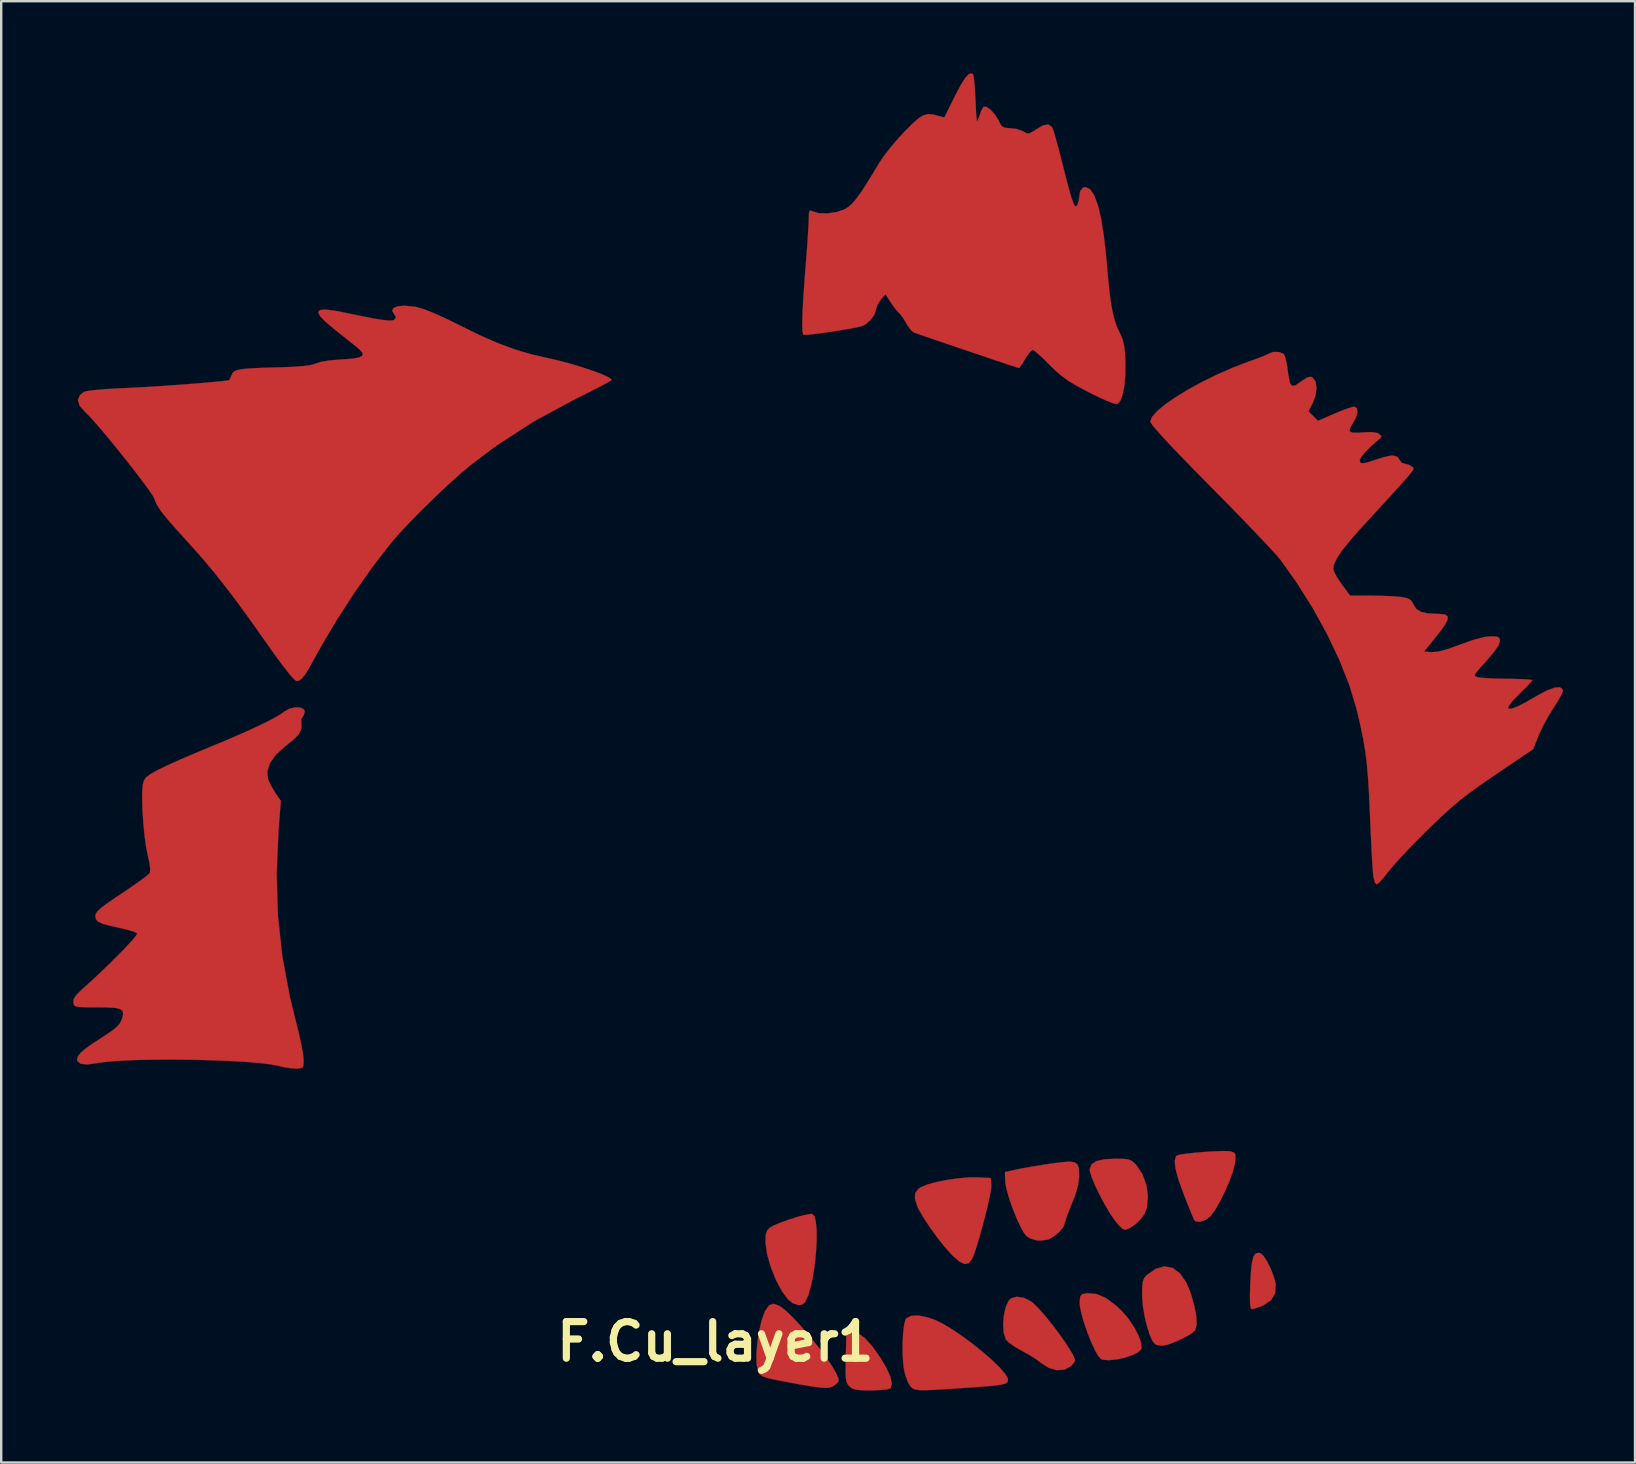
<source format=kicad_pcb>
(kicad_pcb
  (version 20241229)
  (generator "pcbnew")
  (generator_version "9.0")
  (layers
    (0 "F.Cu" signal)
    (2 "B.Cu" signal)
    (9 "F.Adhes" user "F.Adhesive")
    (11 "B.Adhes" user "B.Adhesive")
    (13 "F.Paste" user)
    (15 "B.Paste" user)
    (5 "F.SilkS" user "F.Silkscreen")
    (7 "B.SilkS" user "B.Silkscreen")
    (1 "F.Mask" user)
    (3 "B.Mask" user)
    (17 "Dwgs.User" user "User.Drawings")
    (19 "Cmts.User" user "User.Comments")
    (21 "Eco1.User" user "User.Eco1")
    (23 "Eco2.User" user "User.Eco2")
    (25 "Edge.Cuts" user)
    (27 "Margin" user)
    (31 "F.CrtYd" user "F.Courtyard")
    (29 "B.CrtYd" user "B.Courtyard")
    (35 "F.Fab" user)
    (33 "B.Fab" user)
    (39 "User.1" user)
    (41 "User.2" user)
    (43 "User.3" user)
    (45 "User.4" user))
  (footprint "F.Cu_layer1"
    (layer "F.Cu")
    (at 26.746 52.836)
    (property "Reference" "F.Cu_layer1" (at 0 0 0) (layer "F.SilkS") (effects (font (size 1.524 1.524) (thickness 0.3))))
    (attr through_hole)
    (fp_poly (pts (xy 22.716 -3.678) (xy 22.841 -3.564) (xy 22.989 -3.334) (xy 23.136 -3.037) (xy 23.259 -2.72) (xy 23.336 -2.431) (xy 23.343 -2.388) (xy 23.323 -2.021) (xy 23.155 -1.733) (xy 22.835 -1.517) (xy 22.769 -1.489) (xy 22.538 -1.405) (xy 22.369 -1.358) (xy 22.339 -1.355) (xy 22.298 -1.417) (xy 22.276 -1.613) (xy 22.272 -1.953) (xy 22.285 -2.418) (xy 22.315 -2.944) (xy 22.359 -3.318) (xy 22.424 -3.557) (xy 22.517 -3.678) (xy 22.642 -3.699) (xy 22.716 -3.678)) (stroke (width 0.01) (type solid)) (fill yes) (layer "F.Cu"))
    (fp_poly (pts (xy 5.938 -0.356) (xy 6.229 -0.149) (xy 6.557 0.219) (xy 6.87 0.662) (xy 7.135 1.109) (xy 7.297 1.479) (xy 7.354 1.758) (xy 7.301 1.931) (xy 7.271 1.955) (xy 7.136 1.99) (xy 6.88 2.016) (xy 6.552 2.03) (xy 6.456 2.031) (xy 6.093 2.025) (xy 5.856 2.001) (xy 5.702 1.949) (xy 5.588 1.862) (xy 5.585 1.86) (xy 5.513 1.774) (xy 5.465 1.665) (xy 5.439 1.5) (xy 5.429 1.248) (xy 5.433 0.874) (xy 5.437 0.654) (xy 5.461 -0.381) (xy 5.682 -0.407) (xy 5.938 -0.356)) (stroke (width 0.01) (type solid)) (fill yes) (layer "F.Cu"))
    (fp_poly (pts (xy 15.886 -1.983) (xy 16.273 -1.815) (xy 16.69 -1.503) (xy 16.946 -1.26) (xy 17.21 -0.952) (xy 17.442 -0.606) (xy 17.624 -0.262) (xy 17.734 0.043) (xy 17.755 0.27) (xy 17.745 0.307) (xy 17.619 0.438) (xy 17.371 0.562) (xy 17.05 0.668) (xy 16.705 0.742) (xy 16.383 0.774) (xy 16.132 0.75) (xy 16.073 0.728) (xy 15.956 0.603) (xy 15.812 0.351) (xy 15.656 0.011) (xy 15.501 -0.38) (xy 15.362 -0.784) (xy 15.253 -1.162) (xy 15.189 -1.477) (xy 15.178 -1.651) (xy 15.201 -1.869) (xy 15.27 -1.971) (xy 15.432 -2.008) (xy 15.513 -2.016) (xy 15.886 -1.983)) (stroke (width 0.01) (type solid)) (fill yes) (layer "F.Cu"))
    (fp_poly (pts (xy 16.994 -7.614) (xy 17.205 -7.589) (xy 17.349 -7.528) (xy 17.478 -7.416) (xy 17.527 -7.365) (xy 17.788 -6.983) (xy 17.957 -6.524) (xy 18.022 -6.041) (xy 17.976 -5.585) (xy 17.886 -5.336) (xy 17.726 -5.109) (xy 17.499 -4.891) (xy 17.259 -4.726) (xy 17.058 -4.657) (xy 17.049 -4.657) (xy 16.94 -4.72) (xy 16.777 -4.885) (xy 16.637 -5.059) (xy 16.425 -5.373) (xy 16.205 -5.746) (xy 15.996 -6.141) (xy 15.813 -6.523) (xy 15.677 -6.855) (xy 15.603 -7.101) (xy 15.596 -7.19) (xy 15.679 -7.388) (xy 15.882 -7.522) (xy 16.221 -7.597) (xy 16.667 -7.619) (xy 16.994 -7.614)) (stroke (width 0.01) (type solid)) (fill yes) (layer "F.Cu"))
    (fp_poly (pts (xy 4.13 -5.22) (xy 4.188 -4.985) (xy 4.218 -4.641) (xy 4.219 -4.219) (xy 4.196 -3.748) (xy 4.147 -3.255) (xy 4.077 -2.772) (xy 3.985 -2.326) (xy 3.875 -1.947) (xy 3.844 -1.866) (xy 3.735 -1.643) (xy 3.616 -1.544) (xy 3.478 -1.524) (xy 3.232 -1.598) (xy 3.031 -1.757) (xy 2.768 -2.113) (xy 2.521 -2.583) (xy 2.311 -3.109) (xy 2.161 -3.637) (xy 2.092 -4.111) (xy 2.09 -4.169) (xy 2.104 -4.456) (xy 2.166 -4.635) (xy 2.265 -4.741) (xy 2.435 -4.838) (xy 2.712 -4.955) (xy 3.05 -5.076) (xy 3.401 -5.188) (xy 3.718 -5.273) (xy 3.955 -5.318) (xy 4.04 -5.319) (xy 4.13 -5.22)) (stroke (width 0.01) (type solid)) (fill yes) (layer "F.Cu"))
    (fp_poly (pts (xy 19.047 -3.07) (xy 19.351 -2.848) (xy 19.614 -2.47) (xy 19.801 -2.024) (xy 19.95 -1.505) (xy 20.034 -1.058) (xy 20.048 -0.708) (xy 19.991 -0.481) (xy 19.972 -0.454) (xy 19.809 -0.323) (xy 19.541 -0.17) (xy 19.225 -0.02) (xy 18.919 0.1) (xy 18.679 0.164) (xy 18.627 0.168) (xy 18.423 0.143) (xy 18.315 0.103) (xy 18.203 -0.042) (xy 18.085 -0.315) (xy 17.974 -0.676) (xy 17.878 -1.083) (xy 17.811 -1.496) (xy 17.781 -1.875) (xy 17.78 -1.926) (xy 17.786 -2.275) (xy 17.81 -2.499) (xy 17.863 -2.644) (xy 17.955 -2.754) (xy 17.971 -2.769) (xy 18.348 -3.034) (xy 18.71 -3.133) (xy 19.047 -3.07)) (stroke (width 0.01) (type solid)) (fill yes) (layer "F.Cu"))
    (fp_poly (pts (xy 11.472 -6.816) (xy 11.5 -6.527) (xy 11.486 -6.352) (xy 11.431 -6.05) (xy 11.344 -5.659) (xy 11.235 -5.213) (xy 11.113 -4.748) (xy 10.987 -4.3) (xy 10.866 -3.906) (xy 10.761 -3.6) (xy 10.697 -3.45) (xy 10.56 -3.273) (xy 10.389 -3.233) (xy 10.17 -3.335) (xy 9.887 -3.582) (xy 9.822 -3.649) (xy 9.536 -3.972) (xy 9.228 -4.364) (xy 8.928 -4.779) (xy 8.667 -5.176) (xy 8.475 -5.509) (xy 8.421 -5.625) (xy 8.316 -5.947) (xy 8.323 -6.176) (xy 8.449 -6.349) (xy 8.565 -6.431) (xy 8.824 -6.541) (xy 9.204 -6.646) (xy 9.658 -6.737) (xy 10.137 -6.804) (xy 10.594 -6.841) (xy 10.922 -6.842) (xy 11.472 -6.816)) (stroke (width 0.01) (type solid)) (fill yes) (layer "F.Cu"))
    (fp_poly (pts (xy 12.86 -1.823) (xy 13.162 -1.668) (xy 13.246 -1.601) (xy 13.472 -1.377) (xy 13.739 -1.074) (xy 14.024 -0.72) (xy 14.307 -0.346) (xy 14.566 0.019) (xy 14.78 0.347) (xy 14.927 0.607) (xy 14.986 0.771) (xy 14.986 0.778) (xy 14.932 0.882) (xy 14.817 1.016) (xy 14.559 1.163) (xy 14.236 1.188) (xy 13.896 1.095) (xy 13.631 0.926) (xy 13.402 0.756) (xy 13.088 0.558) (xy 12.767 0.379) (xy 12.476 0.212) (xy 12.24 0.045) (xy 12.106 -0.088) (xy 12.1 -0.098) (xy 12.016 -0.37) (xy 11.992 -0.716) (xy 12.021 -1.087) (xy 12.096 -1.429) (xy 12.212 -1.691) (xy 12.311 -1.798) (xy 12.558 -1.87) (xy 12.86 -1.823)) (stroke (width 0.01) (type solid)) (fill yes) (layer "F.Cu"))
    (fp_poly (pts (xy 21.354 -7.936) (xy 21.464 -7.924) (xy 21.6 -7.879) (xy 21.662 -7.803) (xy 21.668 -7.646) (xy 21.646 -7.434) (xy 21.575 -7.131) (xy 21.435 -6.736) (xy 21.248 -6.299) (xy 21.038 -5.871) (xy 20.828 -5.502) (xy 20.641 -5.242) (xy 20.629 -5.228) (xy 20.433 -5.079) (xy 20.214 -4.999) (xy 20.029 -5.002) (xy 19.953 -5.059) (xy 19.909 -5.158) (xy 19.816 -5.382) (xy 19.688 -5.699) (xy 19.538 -6.077) (xy 19.525 -6.11) (xy 19.306 -6.711) (xy 19.177 -7.181) (xy 19.137 -7.517) (xy 19.188 -7.716) (xy 19.226 -7.751) (xy 19.363 -7.79) (xy 19.626 -7.829) (xy 19.974 -7.867) (xy 20.363 -7.9) (xy 20.751 -7.925) (xy 21.096 -7.938) (xy 21.354 -7.936)) (stroke (width 0.01) (type solid)) (fill yes) (layer "F.Cu"))
    (fp_poly (pts (xy 14.962 -7.47) (xy 15.084 -7.383) (xy 15.14 -7.225) (xy 15.155 -6.986) (xy 15.155 -6.909) (xy 15.118 -6.547) (xy 14.997 -6.122) (xy 14.859 -5.769) (xy 14.727 -5.443) (xy 14.625 -5.167) (xy 14.569 -4.986) (xy 14.563 -4.948) (xy 14.496 -4.778) (xy 14.329 -4.576) (xy 14.111 -4.389) (xy 13.89 -4.264) (xy 13.843 -4.25) (xy 13.587 -4.212) (xy 13.384 -4.217) (xy 13.148 -4.29) (xy 12.988 -4.373) (xy 12.867 -4.515) (xy 12.717 -4.782) (xy 12.555 -5.133) (xy 12.394 -5.53) (xy 12.252 -5.934) (xy 12.143 -6.305) (xy 12.083 -6.603) (xy 12.077 -6.684) (xy 12.065 -7.062) (xy 12.526 -7.166) (xy 12.805 -7.222) (xy 13.193 -7.291) (xy 13.633 -7.362) (xy 13.949 -7.41) (xy 14.42 -7.473) (xy 14.749 -7.497) (xy 14.962 -7.47)) (stroke (width 0.01) (type solid)) (fill yes) (layer "F.Cu"))
    (fp_poly (pts (xy 2.654 -1.497) (xy 2.728 -1.453) (xy 2.956 -1.274) (xy 3.253 -0.984) (xy 3.593 -0.615) (xy 3.95 -0.199) (xy 4.299 0.235) (xy 4.614 0.655) (xy 4.87 1.031) (xy 5.041 1.331) (xy 5.041 1.332) (xy 5.129 1.533) (xy 5.136 1.649) (xy 5.056 1.745) (xy 4.997 1.793) (xy 4.892 1.867) (xy 4.773 1.912) (xy 4.612 1.928) (xy 4.383 1.915) (xy 4.057 1.871) (xy 3.608 1.795) (xy 3.302 1.74) (xy 2.781 1.644) (xy 2.402 1.569) (xy 2.14 1.504) (xy 1.97 1.442) (xy 1.867 1.374) (xy 1.806 1.291) (xy 1.773 1.215) (xy 1.719 0.931) (xy 1.712 0.535) (xy 1.748 0.074) (xy 1.82 -0.403) (xy 1.922 -0.848) (xy 2.048 -1.213) (xy 2.086 -1.292) (xy 2.241 -1.513) (xy 2.419 -1.578) (xy 2.654 -1.497)) (stroke (width 0.01) (type solid)) (fill yes) (layer "F.Cu"))
    (fp_poly (pts (xy 8.845 -1.01) (xy 9.162 -0.898) (xy 9.503 -0.73) (xy 9.898 -0.491) (xy 10.323 -0.201) (xy 10.755 0.121) (xy 11.169 0.456) (xy 11.543 0.784) (xy 11.853 1.086) (xy 12.074 1.343) (xy 12.184 1.535) (xy 12.192 1.582) (xy 12.184 1.651) (xy 12.148 1.707) (xy 12.064 1.752) (xy 11.913 1.79) (xy 11.676 1.824) (xy 11.332 1.857) (xy 10.863 1.894) (xy 10.249 1.936) (xy 10.075 1.948) (xy 9.489 1.986) (xy 9.047 2.012) (xy 8.726 2.023) (xy 8.502 2.019) (xy 8.351 1.998) (xy 8.249 1.961) (xy 8.173 1.906) (xy 8.136 1.87) (xy 8.029 1.699) (xy 7.927 1.43) (xy 7.872 1.219) (xy 7.826 0.891) (xy 7.804 0.497) (xy 7.803 0.078) (xy 7.822 -0.322) (xy 7.86 -0.661) (xy 7.916 -0.897) (xy 7.951 -0.965) (xy 8.146 -1.073) (xy 8.453 -1.088) (xy 8.845 -1.01)) (stroke (width 0.01) (type solid)) (fill yes) (layer "F.Cu"))
    (fp_poly (pts (xy -17.29 -26.414) (xy -17.14 -26.343) (xy -17.103 -26.252) (xy -17.146 -26.087) (xy -17.196 -26.03) (xy -17.249 -25.913) (xy -17.243 -25.741) (xy -17.24 -25.536) (xy -17.329 -25.335) (xy -17.529 -25.113) (xy -17.859 -24.843) (xy -17.922 -24.796) (xy -18.309 -24.448) (xy -18.561 -24.085) (xy -18.666 -23.726) (xy -18.63 -23.427) (xy -18.52 -23.181) (xy -18.361 -22.907) (xy -18.318 -22.842) (xy -18.1 -22.527) (xy -18.194 -21.305) (xy -18.273 -19.499) (xy -18.222 -17.762) (xy -18.038 -16.051) (xy -17.715 -14.324) (xy -17.461 -13.293) (xy -17.348 -12.84) (xy -17.253 -12.411) (xy -17.185 -12.05) (xy -17.153 -11.8) (xy -17.151 -11.769) (xy -17.154 -11.534) (xy -17.196 -11.422) (xy -17.311 -11.383) (xy -17.441 -11.375) (xy -17.704 -11.391) (xy -18.024 -11.446) (xy -18.161 -11.48) (xy -18.495 -11.547) (xy -18.971 -11.605) (xy -19.562 -11.653) (xy -20.243 -11.693) (xy -20.985 -11.722) (xy -21.762 -11.742) (xy -22.548 -11.75) (xy -23.316 -11.748) (xy -24.038 -11.734) (xy -24.688 -11.708) (xy -25.239 -11.67) (xy -25.665 -11.619) (xy -25.781 -11.598) (xy -26.174 -11.546) (xy -26.441 -11.576) (xy -26.573 -11.688) (xy -26.585 -11.756) (xy -26.554 -11.88) (xy -26.446 -12.022) (xy -26.245 -12.196) (xy -25.931 -12.42) (xy -25.511 -12.693) (xy -25.164 -12.923) (xy -24.937 -13.103) (xy -24.799 -13.262) (xy -24.72 -13.428) (xy -24.718 -13.432) (xy -24.668 -13.626) (xy -24.681 -13.762) (xy -24.777 -13.85) (xy -24.98 -13.9) (xy -25.31 -13.923) (xy -25.765 -13.928) (xy -26.176 -13.929) (xy -26.448 -13.937) (xy -26.611 -13.958) (xy -26.694 -13.998) (xy -26.729 -14.064) (xy -26.741 -14.129) (xy -26.723 -14.273) (xy -26.615 -14.439) (xy -26.394 -14.66) (xy -26.324 -14.722) (xy -25.956 -15.053) (xy -25.574 -15.411) (xy -25.198 -15.775) (xy -24.846 -16.125) (xy -24.54 -16.442) (xy -24.296 -16.707) (xy -24.136 -16.899) (xy -24.078 -16.999) (xy -24.08 -17.005) (xy -24.183 -17.063) (xy -24.409 -17.136) (xy -24.712 -17.213) (xy -24.788 -17.229) (xy -25.223 -17.326) (xy -25.518 -17.408) (xy -25.699 -17.488) (xy -25.791 -17.579) (xy -25.822 -17.693) (xy -25.823 -17.731) (xy -25.802 -17.827) (xy -25.725 -17.936) (xy -25.572 -18.075) (xy -25.324 -18.261) (xy -24.962 -18.51) (xy -24.725 -18.667) (xy -24.341 -18.927) (xy -24.006 -19.162) (xy -23.747 -19.355) (xy -23.589 -19.485) (xy -23.556 -19.522) (xy -23.538 -19.676) (xy -23.572 -19.953) (xy -23.64 -20.26) (xy -23.71 -20.613) (xy -23.772 -21.065) (xy -23.822 -21.571) (xy -23.857 -22.086) (xy -23.873 -22.564) (xy -23.869 -22.962) (xy -23.844 -23.214) (xy -23.799 -23.375) (xy -23.712 -23.502) (xy -23.548 -23.627) (xy -23.272 -23.783) (xy -23.196 -23.823) (xy -22.919 -23.959) (xy -22.524 -24.139) (xy -22.052 -24.347) (xy -21.54 -24.565) (xy -21.144 -24.729) (xy -20.308 -25.077) (xy -19.577 -25.396) (xy -18.962 -25.678) (xy -18.476 -25.92) (xy -18.13 -26.116) (xy -17.958 -26.239) (xy -17.749 -26.361) (xy -17.51 -26.419) (xy -17.29 -26.414)) (stroke (width 0.01) (type solid)) (fill yes) (layer "F.Cu"))
    (fp_poly (pts (xy -12.547 -43.113) (xy -12.473 -43.101) (xy -12.143 -43.007) (xy -11.683 -42.825) (xy -11.106 -42.559) (xy -10.668 -42.342) (xy -9.821 -41.926) (xy -9.07 -41.597) (xy -8.378 -41.339) (xy -7.705 -41.137) (xy -7.048 -40.985) (xy -6.583 -40.88) (xy -6.099 -40.753) (xy -5.623 -40.612) (xy -5.182 -40.468) (xy -4.805 -40.33) (xy -4.52 -40.206) (xy -4.353 -40.107) (xy -4.321 -40.059) (xy -4.394 -40.007) (xy -4.597 -39.894) (xy -4.906 -39.731) (xy -5.299 -39.531) (xy -5.751 -39.305) (xy -5.824 -39.27) (xy -7.539 -38.346) (xy -9.126 -37.32) (xy -10.16 -36.54) (xy -10.611 -36.161) (xy -11.127 -35.698) (xy -11.675 -35.182) (xy -12.223 -34.647) (xy -12.737 -34.123) (xy -13.186 -33.642) (xy -13.537 -33.237) (xy -13.541 -33.232) (xy -14.284 -32.267) (xy -15.038 -31.195) (xy -15.766 -30.069) (xy -16.432 -28.945) (xy -16.682 -28.49) (xy -16.909 -28.078) (xy -17.083 -27.797) (xy -17.219 -27.625) (xy -17.336 -27.539) (xy -17.443 -27.517) (xy -17.543 -27.587) (xy -17.727 -27.794) (xy -17.992 -28.13) (xy -18.331 -28.589) (xy -18.74 -29.165) (xy -18.757 -29.189) (xy -19.372 -30.059) (xy -19.92 -30.812) (xy -20.423 -31.476) (xy -20.902 -32.076) (xy -21.377 -32.642) (xy -21.871 -33.199) (xy -21.969 -33.306) (xy -22.404 -33.786) (xy -22.737 -34.163) (xy -22.982 -34.458) (xy -23.153 -34.688) (xy -23.267 -34.873) (xy -23.337 -35.032) (xy -23.36 -35.104) (xy -23.433 -35.24) (xy -23.597 -35.483) (xy -23.836 -35.809) (xy -24.129 -36.196) (xy -24.461 -36.621) (xy -24.812 -37.061) (xy -25.164 -37.495) (xy -25.499 -37.898) (xy -25.8 -38.249) (xy -26.047 -38.525) (xy -26.224 -38.702) (xy -26.245 -38.721) (xy -26.478 -38.979) (xy -26.552 -39.22) (xy -26.465 -39.431) (xy -26.3 -39.56) (xy -26.149 -39.599) (xy -25.851 -39.638) (xy -25.429 -39.674) (xy -24.906 -39.706) (xy -24.553 -39.721) (xy -24.07 -39.744) (xy -23.501 -39.777) (xy -22.882 -39.817) (xy -22.248 -39.863) (xy -21.637 -39.91) (xy -21.082 -39.958) (xy -20.62 -40.001) (xy -20.287 -40.04) (xy -20.254 -40.044) (xy -20.211 -40.115) (xy -20.152 -40.254) (xy -20.107 -40.346) (xy -20.034 -40.417) (xy -19.912 -40.469) (xy -19.719 -40.508) (xy -19.432 -40.536) (xy -19.031 -40.557) (xy -18.492 -40.575) (xy -18.199 -40.583) (xy -17.612 -40.604) (xy -17.175 -40.635) (xy -16.867 -40.676) (xy -16.669 -40.729) (xy -16.633 -40.746) (xy -16.414 -40.815) (xy -16.073 -40.871) (xy -15.654 -40.907) (xy -15.599 -40.91) (xy -15.142 -40.942) (xy -14.844 -40.994) (xy -14.697 -41.071) (xy -14.691 -41.181) (xy -14.816 -41.329) (xy -14.901 -41.402) (xy -15.098 -41.559) (xy -15.381 -41.785) (xy -15.704 -42.042) (xy -15.875 -42.178) (xy -16.244 -42.49) (xy -16.467 -42.723) (xy -16.543 -42.882) (xy -16.469 -42.97) (xy -16.243 -42.991) (xy -15.863 -42.946) (xy -15.388 -42.854) (xy -14.744 -42.719) (xy -14.247 -42.622) (xy -13.878 -42.561) (xy -13.62 -42.533) (xy -13.455 -42.537) (xy -13.364 -42.568) (xy -13.354 -42.577) (xy -13.306 -42.693) (xy -13.36 -42.774) (xy -13.458 -42.934) (xy -13.408 -43.055) (xy -13.227 -43.129) (xy -12.934 -43.151) (xy -12.547 -43.113)) (stroke (width 0.01) (type solid)) (fill yes) (layer "F.Cu"))
    (fp_poly (pts (xy 10.734 -52.795) (xy 10.76 -52.692) (xy 10.788 -52.455) (xy 10.815 -52.119) (xy 10.837 -51.718) (xy 10.838 -51.705) (xy 10.858 -51.278) (xy 10.875 -51.002) (xy 10.894 -50.86) (xy 10.918 -50.834) (xy 10.951 -50.905) (xy 10.99 -51.029) (xy 11.074 -51.26) (xy 11.159 -51.415) (xy 11.185 -51.44) (xy 11.307 -51.427) (xy 11.476 -51.304) (xy 11.652 -51.108) (xy 11.798 -50.876) (xy 11.823 -50.821) (xy 11.92 -50.641) (xy 12.049 -50.563) (xy 12.277 -50.546) (xy 12.281 -50.546) (xy 12.559 -50.511) (xy 12.802 -50.426) (xy 12.831 -50.408) (xy 12.97 -50.331) (xy 13.087 -50.33) (xy 13.246 -50.414) (xy 13.362 -50.493) (xy 13.658 -50.664) (xy 13.869 -50.702) (xy 14.012 -50.606) (xy 14.056 -50.525) (xy 14.105 -50.379) (xy 14.185 -50.102) (xy 14.287 -49.727) (xy 14.401 -49.287) (xy 14.469 -49.022) (xy 14.624 -48.413) (xy 14.746 -47.953) (xy 14.843 -47.627) (xy 14.918 -47.418) (xy 14.978 -47.31) (xy 15.029 -47.288) (xy 15.074 -47.332) (xy 15.14 -47.518) (xy 15.154 -47.639) (xy 15.199 -47.927) (xy 15.326 -48.073) (xy 15.416 -48.091) (xy 15.605 -48.007) (xy 15.778 -47.758) (xy 15.932 -47.348) (xy 16.069 -46.78) (xy 16.185 -46.057) (xy 16.281 -45.184) (xy 16.295 -45.022) (xy 16.362 -44.279) (xy 16.425 -43.681) (xy 16.491 -43.203) (xy 16.562 -42.82) (xy 16.645 -42.508) (xy 16.742 -42.243) (xy 16.837 -42.041) (xy 16.952 -41.785) (xy 17.023 -41.521) (xy 17.063 -41.192) (xy 17.08 -40.855) (xy 17.079 -40.311) (xy 17.041 -39.836) (xy 16.97 -39.453) (xy 16.871 -39.187) (xy 16.748 -39.06) (xy 16.722 -39.054) (xy 16.586 -39.084) (xy 16.335 -39.18) (xy 16.002 -39.329) (xy 15.62 -39.515) (xy 15.536 -39.558) (xy 15.067 -39.808) (xy 14.706 -40.025) (xy 14.408 -40.242) (xy 14.126 -40.49) (xy 13.915 -40.699) (xy 13.653 -40.958) (xy 13.43 -41.164) (xy 13.273 -41.29) (xy 13.22 -41.317) (xy 13.13 -41.25) (xy 12.996 -41.078) (xy 12.907 -40.936) (xy 12.776 -40.722) (xy 12.68 -40.584) (xy 12.651 -40.555) (xy 12.566 -40.581) (xy 12.345 -40.654) (xy 12.015 -40.763) (xy 11.601 -40.902) (xy 11.128 -41.062) (xy 10.622 -41.233) (xy 10.108 -41.407) (xy 9.611 -41.576) (xy 9.156 -41.732) (xy 8.77 -41.864) (xy 8.476 -41.966) (xy 8.302 -42.028) (xy 8.273 -42.039) (xy 8.139 -42.15) (xy 7.995 -42.351) (xy 7.961 -42.413) (xy 7.823 -42.644) (xy 7.684 -42.821) (xy 7.657 -42.846) (xy 7.524 -42.99) (xy 7.36 -43.211) (xy 7.301 -43.301) (xy 7.089 -43.636) (xy 6.889 -43.403) (xy 6.753 -43.192) (xy 6.689 -42.99) (xy 6.689 -42.975) (xy 6.624 -42.778) (xy 6.463 -42.558) (xy 6.259 -42.376) (xy 6.109 -42.301) (xy 5.885 -42.249) (xy 5.566 -42.189) (xy 5.188 -42.125) (xy 4.787 -42.063) (xy 4.399 -42.008) (xy 4.06 -41.965) (xy 3.807 -41.94) (xy 3.675 -41.938) (xy 3.665 -41.942) (xy 3.633 -42.067) (xy 3.622 -42.357) (xy 3.632 -42.811) (xy 3.665 -43.431) (xy 3.719 -44.218) (xy 3.769 -44.858) (xy 3.81 -45.383) (xy 3.845 -45.875) (xy 3.872 -46.3) (xy 3.89 -46.622) (xy 3.895 -46.788) (xy 3.901 -47.016) (xy 3.934 -47.109) (xy 4.012 -47.101) (xy 4.058 -47.078) (xy 4.326 -47.004) (xy 4.681 -46.996) (xy 5.054 -47.051) (xy 5.371 -47.158) (xy 5.535 -47.259) (xy 5.703 -47.408) (xy 5.889 -47.627) (xy 6.108 -47.933) (xy 6.373 -48.345) (xy 6.699 -48.882) (xy 6.816 -49.078) (xy 7.018 -49.379) (xy 7.302 -49.745) (xy 7.625 -50.125) (xy 7.874 -50.393) (xy 8.208 -50.729) (xy 8.462 -50.954) (xy 8.668 -51.084) (xy 8.857 -51.133) (xy 9.063 -51.118) (xy 9.278 -51.064) (xy 9.539 -50.989) (xy 9.977 -51.871) (xy 10.214 -52.324) (xy 10.403 -52.628) (xy 10.553 -52.794) (xy 10.671 -52.831) (xy 10.734 -52.795)) (stroke (width 0.01) (type solid)) (fill yes) (layer "F.Cu"))
    (fp_poly (pts (xy 23.458 -41.222) (xy 23.646 -41.162) (xy 23.687 -41.127) (xy 23.745 -40.987) (xy 23.801 -40.743) (xy 23.83 -40.555) (xy 23.885 -40.161) (xy 23.943 -39.919) (xy 24.024 -39.812) (xy 24.146 -39.824) (xy 24.328 -39.938) (xy 24.44 -40.021) (xy 24.654 -40.162) (xy 24.801 -40.191) (xy 24.878 -40.16) (xy 25.002 -39.991) (xy 25.043 -39.722) (xy 24.999 -39.4) (xy 24.889 -39.11) (xy 24.707 -38.754) (xy 25.107 -38.355) (xy 25.783 -38.65) (xy 26.107 -38.784) (xy 26.385 -38.887) (xy 26.571 -38.941) (xy 26.607 -38.946) (xy 26.725 -38.883) (xy 26.749 -38.717) (xy 26.682 -38.485) (xy 26.585 -38.312) (xy 26.445 -38.073) (xy 26.42 -37.93) (xy 26.525 -37.864) (xy 26.773 -37.858) (xy 26.956 -37.872) (xy 27.332 -37.888) (xy 27.57 -37.852) (xy 27.645 -37.813) (xy 27.747 -37.721) (xy 27.712 -37.643) (xy 27.644 -37.585) (xy 27.344 -37.327) (xy 27.091 -37.076) (xy 26.913 -36.864) (xy 26.84 -36.721) (xy 26.839 -36.713) (xy 26.863 -36.618) (xy 26.953 -36.585) (xy 27.137 -36.616) (xy 27.442 -36.712) (xy 27.539 -36.745) (xy 27.836 -36.838) (xy 28.099 -36.899) (xy 28.229 -36.915) (xy 28.424 -36.85) (xy 28.49 -36.745) (xy 28.596 -36.608) (xy 28.692 -36.576) (xy 28.878 -36.528) (xy 28.995 -36.462) (xy 29.037 -36.436) (xy 29.07 -36.413) (xy 29.084 -36.381) (xy 29.07 -36.329) (xy 29.017 -36.244) (xy 28.916 -36.115) (xy 28.757 -35.929) (xy 28.531 -35.675) (xy 28.227 -35.34) (xy 27.836 -34.913) (xy 27.348 -34.381) (xy 26.915 -33.909) (xy 26.459 -33.396) (xy 26.122 -32.978) (xy 25.897 -32.643) (xy 25.772 -32.376) (xy 25.739 -32.187) (xy 25.787 -32.04) (xy 25.914 -31.811) (xy 26.092 -31.549) (xy 26.444 -31.073) (xy 27.307 -31.073) (xy 27.726 -31.067) (xy 28.129 -31.052) (xy 28.455 -31.03) (xy 28.573 -31.017) (xy 28.829 -30.968) (xy 28.976 -30.884) (xy 29.073 -30.728) (xy 29.089 -30.691) (xy 29.207 -30.512) (xy 29.401 -30.396) (xy 29.701 -30.333) (xy 30.136 -30.312) (xy 30.165 -30.312) (xy 30.391 -30.29) (xy 30.505 -30.217) (xy 30.505 -30.076) (xy 30.388 -29.853) (xy 30.154 -29.531) (xy 30.051 -29.402) (xy 29.521 -28.744) (xy 29.834 -28.718) (xy 30.102 -28.739) (xy 30.49 -28.842) (xy 31.011 -29.029) (xy 31.027 -29.035) (xy 31.584 -29.233) (xy 32.026 -29.349) (xy 32.294 -29.379) (xy 32.532 -29.371) (xy 32.645 -29.329) (xy 32.68 -29.23) (xy 32.681 -29.174) (xy 32.614 -28.986) (xy 32.415 -28.701) (xy 32.114 -28.352) (xy 31.858 -28.07) (xy 31.704 -27.887) (xy 31.639 -27.779) (xy 31.65 -27.72) (xy 31.723 -27.685) (xy 31.755 -27.676) (xy 31.918 -27.653) (xy 32.21 -27.632) (xy 32.587 -27.617) (xy 32.999 -27.61) (xy 33.395 -27.603) (xy 33.722 -27.591) (xy 33.946 -27.574) (xy 34.036 -27.556) (xy 34.036 -27.555) (xy 33.979 -27.479) (xy 33.827 -27.315) (xy 33.605 -27.091) (xy 33.465 -26.953) (xy 33.185 -26.662) (xy 33.043 -26.466) (xy 33.033 -26.365) (xy 33.154 -26.36) (xy 33.4 -26.45) (xy 33.77 -26.636) (xy 34.255 -26.916) (xy 34.642 -27.123) (xy 34.956 -27.238) (xy 35.18 -27.258) (xy 35.294 -27.179) (xy 35.306 -27.116) (xy 35.26 -26.979) (xy 35.138 -26.751) (xy 34.964 -26.474) (xy 34.921 -26.411) (xy 34.691 -26.041) (xy 34.465 -25.621) (xy 34.302 -25.267) (xy 34.067 -24.68) (xy 32.507 -23.625) (xy 31.925 -23.226) (xy 31.447 -22.883) (xy 31.031 -22.562) (xy 30.639 -22.231) (xy 30.227 -21.856) (xy 29.757 -21.405) (xy 29.663 -21.312) (xy 29.252 -20.902) (xy 28.857 -20.497) (xy 28.506 -20.123) (xy 28.222 -19.807) (xy 28.032 -19.577) (xy 28.014 -19.553) (xy 27.823 -19.308) (xy 27.658 -19.129) (xy 27.553 -19.051) (xy 27.546 -19.05) (xy 27.476 -19.129) (xy 27.42 -19.341) (xy 27.399 -19.494) (xy 27.383 -19.703) (xy 27.361 -20.052) (xy 27.337 -20.511) (xy 27.311 -21.051) (xy 27.284 -21.643) (xy 27.266 -22.066) (xy 27.23 -22.853) (xy 27.19 -23.51) (xy 27.14 -24.076) (xy 27.077 -24.588) (xy 26.993 -25.087) (xy 26.886 -25.611) (xy 26.749 -26.198) (xy 26.706 -26.374) (xy 26.412 -27.349) (xy 25.998 -28.394) (xy 25.481 -29.48) (xy 24.876 -30.576) (xy 24.198 -31.649) (xy 23.553 -32.554) (xy 23.41 -32.725) (xy 23.162 -32.999) (xy 22.824 -33.361) (xy 22.412 -33.795) (xy 21.939 -34.286) (xy 21.422 -34.818) (xy 20.874 -35.375) (xy 20.644 -35.608) (xy 19.923 -36.339) (xy 19.323 -36.957) (xy 18.842 -37.463) (xy 18.483 -37.854) (xy 18.246 -38.132) (xy 18.13 -38.294) (xy 18.119 -38.329) (xy 18.195 -38.523) (xy 18.41 -38.765) (xy 18.746 -39.043) (xy 19.183 -39.346) (xy 19.701 -39.661) (xy 20.282 -39.978) (xy 20.906 -40.285) (xy 21.554 -40.569) (xy 22.206 -40.82) (xy 22.31 -40.856) (xy 22.63 -40.972) (xy 22.89 -41.074) (xy 23.046 -41.147) (xy 23.067 -41.161) (xy 23.235 -41.224) (xy 23.458 -41.222)) (stroke (width 0.01) (type solid)) (fill yes) (layer "F.Cu")))
  (gr_rect
    (start -3 -3)
    (end 65.057 57.872)
    (stroke (width 0.1) (type default))
    (fill no)
    (layer "Edge.Cuts")))
</source>
